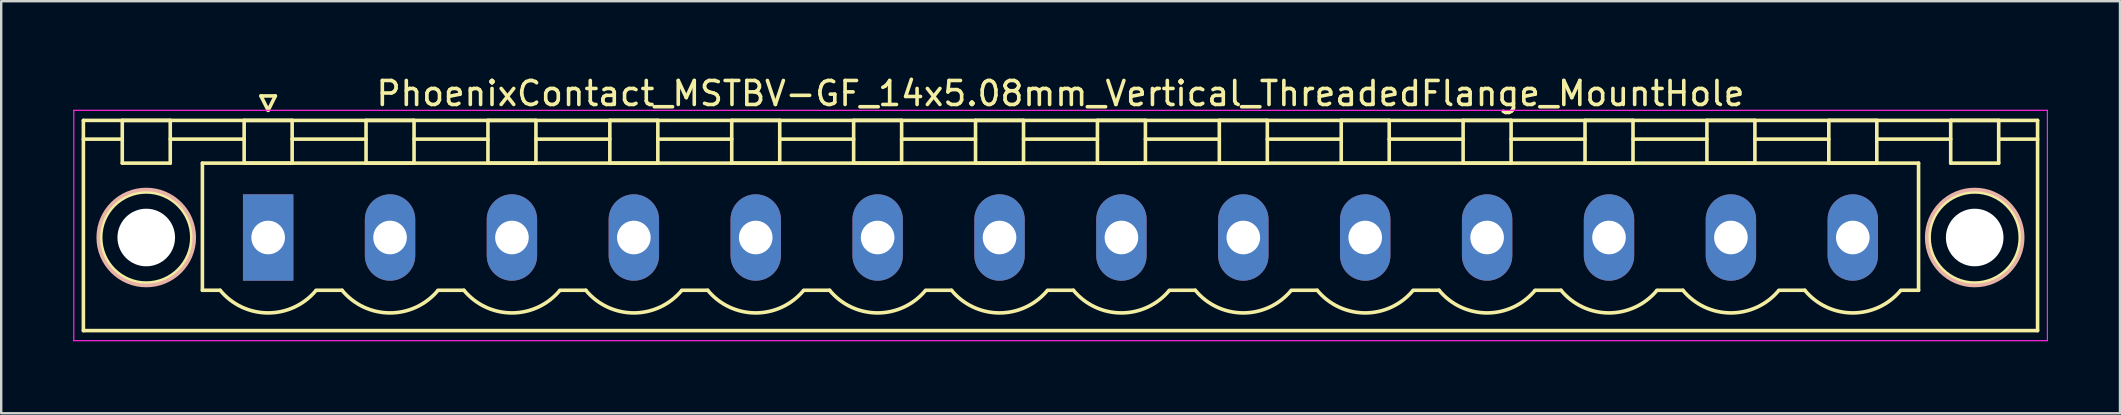
<source format=kicad_pcb>
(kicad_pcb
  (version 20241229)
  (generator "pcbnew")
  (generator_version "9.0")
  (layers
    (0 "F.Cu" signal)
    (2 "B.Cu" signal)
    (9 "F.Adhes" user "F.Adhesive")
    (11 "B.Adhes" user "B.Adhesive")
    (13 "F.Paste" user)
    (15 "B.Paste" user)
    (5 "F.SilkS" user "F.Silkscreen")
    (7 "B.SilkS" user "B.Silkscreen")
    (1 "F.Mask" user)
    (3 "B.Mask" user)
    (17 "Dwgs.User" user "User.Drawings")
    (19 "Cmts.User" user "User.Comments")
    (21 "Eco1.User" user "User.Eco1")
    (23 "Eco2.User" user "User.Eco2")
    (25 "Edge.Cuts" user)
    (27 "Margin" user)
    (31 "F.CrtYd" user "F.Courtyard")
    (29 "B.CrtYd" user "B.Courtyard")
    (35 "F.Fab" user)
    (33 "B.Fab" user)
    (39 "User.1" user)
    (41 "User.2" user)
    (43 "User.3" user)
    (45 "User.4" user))
  (footprint "PhoenixContact_MSTBV-GF_14x5.08mm_Vertical_ThreadedFlange_MountHole"
    (layer "F.Cu")
    (at 8.125 6.848)
    (property "Reference" "PhoenixContact_MSTBV-GF_14x5.08mm_Vertical_ThreadedFlange_MountHole" (at 33.02 -6 0) (layer "F.SilkS") (effects (font (size 1 1) (thickness 0.15))))
    (attr through_hole)
    (fp_line (start -7.7 -4.88) (end -7.7 3.88) (stroke (width 0.15) (type solid)) (layer "F.SilkS"))
    (fp_line (start -7.7 -4.1) (end -6.16 -4.1) (stroke (width 0.15) (type solid)) (layer "F.SilkS"))
    (fp_line (start -7.7 3.88) (end 73.74 3.88) (stroke (width 0.15) (type solid)) (layer "F.SilkS"))
    (fp_line (start -6.08 -4.88) (end -4.08 -4.88) (stroke (width 0.15) (type solid)) (layer "F.SilkS"))
    (fp_line (start -6.08 -3.1) (end -6.08 -4.88) (stroke (width 0.15) (type solid)) (layer "F.SilkS"))
    (fp_line (start -4.08 -4.88) (end -4.08 -3.1) (stroke (width 0.15) (type solid)) (layer "F.SilkS"))
    (fp_line (start -4.08 -4.1) (end -1 -4.1) (stroke (width 0.15) (type solid)) (layer "F.SilkS"))
    (fp_line (start -4.08 -3.1) (end -6.08 -3.1) (stroke (width 0.15) (type solid)) (layer "F.SilkS"))
    (fp_line (start -2.74 -3.1) (end 68.78 -3.1) (stroke (width 0.15) (type solid)) (layer "F.SilkS"))
    (fp_line (start -2.74 2.2) (end -2.74 -3.1) (stroke (width 0.15) (type solid)) (layer "F.SilkS"))
    (fp_line (start -2 2.2) (end -2.74 2.2) (stroke (width 0.15) (type solid)) (layer "F.SilkS"))
    (fp_line (start -1 -4.88) (end 1 -4.88) (stroke (width 0.15) (type solid)) (layer "F.SilkS"))
    (fp_line (start -1 -3.1) (end -1 -4.88) (stroke (width 0.15) (type solid)) (layer "F.SilkS"))
    (fp_line (start -0.3 -5.9) (end 0 -5.3) (stroke (width 0.15) (type solid)) (layer "F.SilkS"))
    (fp_line (start 0 -5.3) (end 0.3 -5.9) (stroke (width 0.15) (type solid)) (layer "F.SilkS"))
    (fp_line (start 0.3 -5.9) (end -0.3 -5.9) (stroke (width 0.15) (type solid)) (layer "F.SilkS"))
    (fp_line (start 1 -4.88) (end 1 -3.1) (stroke (width 0.15) (type solid)) (layer "F.SilkS"))
    (fp_line (start 1 -4.1) (end 4.08 -4.1) (stroke (width 0.15) (type solid)) (layer "F.SilkS"))
    (fp_line (start 1 -3.1) (end -1 -3.1) (stroke (width 0.15) (type solid)) (layer "F.SilkS"))
    (fp_line (start 2 2.2) (end 3.08 2.2) (stroke (width 0.15) (type solid)) (layer "F.SilkS"))
    (fp_line (start 4.08 -4.88) (end 6.08 -4.88) (stroke (width 0.15) (type solid)) (layer "F.SilkS"))
    (fp_line (start 4.08 -3.1) (end 4.08 -4.88) (stroke (width 0.15) (type solid)) (layer "F.SilkS"))
    (fp_line (start 6.08 -4.88) (end 6.08 -3.1) (stroke (width 0.15) (type solid)) (layer "F.SilkS"))
    (fp_line (start 6.08 -4.1) (end 9.16 -4.1) (stroke (width 0.15) (type solid)) (layer "F.SilkS"))
    (fp_line (start 6.08 -3.1) (end 4.08 -3.1) (stroke (width 0.15) (type solid)) (layer "F.SilkS"))
    (fp_line (start 7.08 2.2) (end 8.16 2.2) (stroke (width 0.15) (type solid)) (layer "F.SilkS"))
    (fp_line (start 9.16 -4.88) (end 11.16 -4.88) (stroke (width 0.15) (type solid)) (layer "F.SilkS"))
    (fp_line (start 9.16 -3.1) (end 9.16 -4.88) (stroke (width 0.15) (type solid)) (layer "F.SilkS"))
    (fp_line (start 11.16 -4.88) (end 11.16 -3.1) (stroke (width 0.15) (type solid)) (layer "F.SilkS"))
    (fp_line (start 11.16 -4.1) (end 14.24 -4.1) (stroke (width 0.15) (type solid)) (layer "F.SilkS"))
    (fp_line (start 11.16 -3.1) (end 9.16 -3.1) (stroke (width 0.15) (type solid)) (layer "F.SilkS"))
    (fp_line (start 12.16 2.2) (end 13.24 2.2) (stroke (width 0.15) (type solid)) (layer "F.SilkS"))
    (fp_line (start 14.24 -4.88) (end 16.24 -4.88) (stroke (width 0.15) (type solid)) (layer "F.SilkS"))
    (fp_line (start 14.24 -3.1) (end 14.24 -4.88) (stroke (width 0.15) (type solid)) (layer "F.SilkS"))
    (fp_line (start 16.24 -4.88) (end 16.24 -3.1) (stroke (width 0.15) (type solid)) (layer "F.SilkS"))
    (fp_line (start 16.24 -4.1) (end 19.32 -4.1) (stroke (width 0.15) (type solid)) (layer "F.SilkS"))
    (fp_line (start 16.24 -3.1) (end 14.24 -3.1) (stroke (width 0.15) (type solid)) (layer "F.SilkS"))
    (fp_line (start 17.24 2.2) (end 18.32 2.2) (stroke (width 0.15) (type solid)) (layer "F.SilkS"))
    (fp_line (start 19.32 -4.88) (end 21.32 -4.88) (stroke (width 0.15) (type solid)) (layer "F.SilkS"))
    (fp_line (start 19.32 -3.1) (end 19.32 -4.88) (stroke (width 0.15) (type solid)) (layer "F.SilkS"))
    (fp_line (start 21.32 -4.88) (end 21.32 -3.1) (stroke (width 0.15) (type solid)) (layer "F.SilkS"))
    (fp_line (start 21.32 -4.1) (end 24.4 -4.1) (stroke (width 0.15) (type solid)) (layer "F.SilkS"))
    (fp_line (start 21.32 -3.1) (end 19.32 -3.1) (stroke (width 0.15) (type solid)) (layer "F.SilkS"))
    (fp_line (start 22.32 2.2) (end 23.4 2.2) (stroke (width 0.15) (type solid)) (layer "F.SilkS"))
    (fp_line (start 24.4 -4.88) (end 26.4 -4.88) (stroke (width 0.15) (type solid)) (layer "F.SilkS"))
    (fp_line (start 24.4 -3.1) (end 24.4 -4.88) (stroke (width 0.15) (type solid)) (layer "F.SilkS"))
    (fp_line (start 26.4 -4.88) (end 26.4 -3.1) (stroke (width 0.15) (type solid)) (layer "F.SilkS"))
    (fp_line (start 26.4 -4.1) (end 29.48 -4.1) (stroke (width 0.15) (type solid)) (layer "F.SilkS"))
    (fp_line (start 26.4 -3.1) (end 24.4 -3.1) (stroke (width 0.15) (type solid)) (layer "F.SilkS"))
    (fp_line (start 27.4 2.2) (end 28.48 2.2) (stroke (width 0.15) (type solid)) (layer "F.SilkS"))
    (fp_line (start 29.48 -4.88) (end 31.48 -4.88) (stroke (width 0.15) (type solid)) (layer "F.SilkS"))
    (fp_line (start 29.48 -3.1) (end 29.48 -4.88) (stroke (width 0.15) (type solid)) (layer "F.SilkS"))
    (fp_line (start 31.48 -4.88) (end 31.48 -3.1) (stroke (width 0.15) (type solid)) (layer "F.SilkS"))
    (fp_line (start 31.48 -4.1) (end 34.56 -4.1) (stroke (width 0.15) (type solid)) (layer "F.SilkS"))
    (fp_line (start 31.48 -3.1) (end 29.48 -3.1) (stroke (width 0.15) (type solid)) (layer "F.SilkS"))
    (fp_line (start 32.48 2.2) (end 33.56 2.2) (stroke (width 0.15) (type solid)) (layer "F.SilkS"))
    (fp_line (start 34.56 -4.88) (end 36.56 -4.88) (stroke (width 0.15) (type solid)) (layer "F.SilkS"))
    (fp_line (start 34.56 -3.1) (end 34.56 -4.88) (stroke (width 0.15) (type solid)) (layer "F.SilkS"))
    (fp_line (start 36.56 -4.88) (end 36.56 -3.1) (stroke (width 0.15) (type solid)) (layer "F.SilkS"))
    (fp_line (start 36.56 -4.1) (end 39.64 -4.1) (stroke (width 0.15) (type solid)) (layer "F.SilkS"))
    (fp_line (start 36.56 -3.1) (end 34.56 -3.1) (stroke (width 0.15) (type solid)) (layer "F.SilkS"))
    (fp_line (start 37.56 2.2) (end 38.64 2.2) (stroke (width 0.15) (type solid)) (layer "F.SilkS"))
    (fp_line (start 39.64 -4.88) (end 41.64 -4.88) (stroke (width 0.15) (type solid)) (layer "F.SilkS"))
    (fp_line (start 39.64 -3.1) (end 39.64 -4.88) (stroke (width 0.15) (type solid)) (layer "F.SilkS"))
    (fp_line (start 41.64 -4.88) (end 41.64 -3.1) (stroke (width 0.15) (type solid)) (layer "F.SilkS"))
    (fp_line (start 41.64 -4.1) (end 44.72 -4.1) (stroke (width 0.15) (type solid)) (layer "F.SilkS"))
    (fp_line (start 41.64 -3.1) (end 39.64 -3.1) (stroke (width 0.15) (type solid)) (layer "F.SilkS"))
    (fp_line (start 42.64 2.2) (end 43.72 2.2) (stroke (width 0.15) (type solid)) (layer "F.SilkS"))
    (fp_line (start 44.72 -4.88) (end 46.72 -4.88) (stroke (width 0.15) (type solid)) (layer "F.SilkS"))
    (fp_line (start 44.72 -3.1) (end 44.72 -4.88) (stroke (width 0.15) (type solid)) (layer "F.SilkS"))
    (fp_line (start 46.72 -4.88) (end 46.72 -3.1) (stroke (width 0.15) (type solid)) (layer "F.SilkS"))
    (fp_line (start 46.72 -4.1) (end 49.8 -4.1) (stroke (width 0.15) (type solid)) (layer "F.SilkS"))
    (fp_line (start 46.72 -3.1) (end 44.72 -3.1) (stroke (width 0.15) (type solid)) (layer "F.SilkS"))
    (fp_line (start 47.72 2.2) (end 48.8 2.2) (stroke (width 0.15) (type solid)) (layer "F.SilkS"))
    (fp_line (start 49.8 -4.88) (end 51.8 -4.88) (stroke (width 0.15) (type solid)) (layer "F.SilkS"))
    (fp_line (start 49.8 -3.1) (end 49.8 -4.88) (stroke (width 0.15) (type solid)) (layer "F.SilkS"))
    (fp_line (start 51.8 -4.88) (end 51.8 -3.1) (stroke (width 0.15) (type solid)) (layer "F.SilkS"))
    (fp_line (start 51.8 -4.1) (end 54.88 -4.1) (stroke (width 0.15) (type solid)) (layer "F.SilkS"))
    (fp_line (start 51.8 -3.1) (end 49.8 -3.1) (stroke (width 0.15) (type solid)) (layer "F.SilkS"))
    (fp_line (start 52.8 2.2) (end 53.88 2.2) (stroke (width 0.15) (type solid)) (layer "F.SilkS"))
    (fp_line (start 54.88 -4.88) (end 56.88 -4.88) (stroke (width 0.15) (type solid)) (layer "F.SilkS"))
    (fp_line (start 54.88 -3.1) (end 54.88 -4.88) (stroke (width 0.15) (type solid)) (layer "F.SilkS"))
    (fp_line (start 56.88 -4.88) (end 56.88 -3.1) (stroke (width 0.15) (type solid)) (layer "F.SilkS"))
    (fp_line (start 56.88 -4.1) (end 59.96 -4.1) (stroke (width 0.15) (type solid)) (layer "F.SilkS"))
    (fp_line (start 56.88 -3.1) (end 54.88 -3.1) (stroke (width 0.15) (type solid)) (layer "F.SilkS"))
    (fp_line (start 57.88 2.2) (end 58.96 2.2) (stroke (width 0.15) (type solid)) (layer "F.SilkS"))
    (fp_line (start 59.96 -4.88) (end 61.96 -4.88) (stroke (width 0.15) (type solid)) (layer "F.SilkS"))
    (fp_line (start 59.96 -3.1) (end 59.96 -4.88) (stroke (width 0.15) (type solid)) (layer "F.SilkS"))
    (fp_line (start 61.96 -4.88) (end 61.96 -3.1) (stroke (width 0.15) (type solid)) (layer "F.SilkS"))
    (fp_line (start 61.96 -4.1) (end 65.04 -4.1) (stroke (width 0.15) (type solid)) (layer "F.SilkS"))
    (fp_line (start 61.96 -3.1) (end 59.96 -3.1) (stroke (width 0.15) (type solid)) (layer "F.SilkS"))
    (fp_line (start 62.96 2.2) (end 64.04 2.2) (stroke (width 0.15) (type solid)) (layer "F.SilkS"))
    (fp_line (start 65.04 -4.88) (end 67.04 -4.88) (stroke (width 0.15) (type solid)) (layer "F.SilkS"))
    (fp_line (start 65.04 -3.1) (end 65.04 -4.88) (stroke (width 0.15) (type solid)) (layer "F.SilkS"))
    (fp_line (start 67.04 -4.88) (end 67.04 -3.1) (stroke (width 0.15) (type solid)) (layer "F.SilkS"))
    (fp_line (start 67.04 -4.1) (end 70.12 -4.1) (stroke (width 0.15) (type solid)) (layer "F.SilkS"))
    (fp_line (start 67.04 -3.1) (end 65.04 -3.1) (stroke (width 0.15) (type solid)) (layer "F.SilkS"))
    (fp_line (start 68.78 -3.1) (end 68.78 2.2) (stroke (width 0.15) (type solid)) (layer "F.SilkS"))
    (fp_line (start 68.78 2.2) (end 68.04 2.2) (stroke (width 0.15) (type solid)) (layer "F.SilkS"))
    (fp_line (start 70.12 -4.88) (end 72.12 -4.88) (stroke (width 0.15) (type solid)) (layer "F.SilkS"))
    (fp_line (start 70.12 -3.1) (end 70.12 -4.88) (stroke (width 0.15) (type solid)) (layer "F.SilkS"))
    (fp_line (start 72.12 -4.88) (end 72.12 -3.1) (stroke (width 0.15) (type solid)) (layer "F.SilkS"))
    (fp_line (start 72.12 -3.1) (end 70.12 -3.1) (stroke (width 0.15) (type solid)) (layer "F.SilkS"))
    (fp_line (start 73.74 -4.88) (end -7.7 -4.88) (stroke (width 0.15) (type solid)) (layer "F.SilkS"))
    (fp_line (start 73.74 -4.1) (end 72.2 -4.1) (stroke (width 0.15) (type solid)) (layer "F.SilkS"))
    (fp_line (start 73.74 3.88) (end 73.74 -4.88) (stroke (width 0.15) (type solid)) (layer "F.SilkS"))
    (fp_arc (start 1.986842 2.215821) (mid -0.010289 3.142758) (end -2 2.2) (stroke (width 0.15) (type solid)) (layer "F.SilkS"))
    (fp_arc (start 7.066842 2.215821) (mid 5.069711 3.142758) (end 3.08 2.2) (stroke (width 0.15) (type solid)) (layer "F.SilkS"))
    (fp_arc (start 12.146842 2.215821) (mid 10.149711 3.142758) (end 8.16 2.2) (stroke (width 0.15) (type solid)) (layer "F.SilkS"))
    (fp_arc (start 17.226842 2.215821) (mid 15.229711 3.142758) (end 13.24 2.2) (stroke (width 0.15) (type solid)) (layer "F.SilkS"))
    (fp_arc (start 22.306842 2.215821) (mid 20.309711 3.142758) (end 18.32 2.2) (stroke (width 0.15) (type solid)) (layer "F.SilkS"))
    (fp_arc (start 27.386842 2.215821) (mid 25.389711 3.142758) (end 23.4 2.2) (stroke (width 0.15) (type solid)) (layer "F.SilkS"))
    (fp_arc (start 32.466842 2.215821) (mid 30.469711 3.142758) (end 28.48 2.2) (stroke (width 0.15) (type solid)) (layer "F.SilkS"))
    (fp_arc (start 37.546842 2.215821) (mid 35.549711 3.142758) (end 33.56 2.2) (stroke (width 0.15) (type solid)) (layer "F.SilkS"))
    (fp_arc (start 42.626842 2.215821) (mid 40.629711 3.142758) (end 38.64 2.2) (stroke (width 0.15) (type solid)) (layer "F.SilkS"))
    (fp_arc (start 47.706842 2.215821) (mid 45.709711 3.142758) (end 43.72 2.2) (stroke (width 0.15) (type solid)) (layer "F.SilkS"))
    (fp_arc (start 52.786842 2.215821) (mid 50.789711 3.142758) (end 48.8 2.2) (stroke (width 0.15) (type solid)) (layer "F.SilkS"))
    (fp_arc (start 57.866842 2.215821) (mid 55.869711 3.142758) (end 53.88 2.2) (stroke (width 0.15) (type solid)) (layer "F.SilkS"))
    (fp_arc (start 62.946842 2.215821) (mid 60.949711 3.142758) (end 58.96 2.2) (stroke (width 0.15) (type solid)) (layer "F.SilkS"))
    (fp_arc (start 68.026842 2.215821) (mid 66.029711 3.142758) (end 64.04 2.2) (stroke (width 0.15) (type solid)) (layer "F.SilkS"))
    (fp_circle (center -5.08 0) (end -3.18 0) (stroke (width 0.15) (type solid)) (fill no) (layer "F.SilkS"))
    (fp_circle (center 71.12 0) (end 73.02 0) (stroke (width 0.15) (type solid)) (fill no) (layer "F.SilkS"))
    (fp_circle (center -5.08 0) (end -3.08 0) (stroke (width 0.15) (type solid)) (fill no) (layer "B.SilkS"))
    (fp_circle (center 71.12 0) (end 73.12 0) (stroke (width 0.15) (type solid)) (fill no) (layer "B.SilkS"))
    (fp_line (start -8.1 -5.3) (end -8.1 4.3) (stroke (width 0.05) (type solid)) (layer "F.CrtYd"))
    (fp_line (start -8.1 4.3) (end 74.15 4.3) (stroke (width 0.05) (type solid)) (layer "F.CrtYd"))
    (fp_line (start 74.15 -5.3) (end -8.1 -5.3) (stroke (width 0.05) (type solid)) (layer "F.CrtYd"))
    (fp_line (start 74.15 4.3) (end 74.15 -5.3) (stroke (width 0.05) (type solid)) (layer "F.CrtYd"))
    (pad "" np_thru_hole circle (at -5.08 0) (size 2.4 2.4) (drill 2.4) (layers "*.Cu" "*.Mask"))
    (pad "" np_thru_hole circle (at 71.12 0) (size 2.4 2.4) (drill 2.4) (layers "*.Cu" "*.Mask"))
    (pad "1" thru_hole rect (at 0 0) (size 2.1 3.6) (drill 1.4) (layers "*.Cu" "*.Mask"))
    (pad "2" thru_hole oval (at 5.08 0) (size 2.1 3.6) (drill 1.4) (layers "*.Cu" "*.Mask"))
    (pad "3" thru_hole oval (at 10.16 0) (size 2.1 3.6) (drill 1.4) (layers "*.Cu" "*.Mask"))
    (pad "4" thru_hole oval (at 15.24 0) (size 2.1 3.6) (drill 1.4) (layers "*.Cu" "*.Mask"))
    (pad "5" thru_hole oval (at 20.32 0) (size 2.1 3.6) (drill 1.4) (layers "*.Cu" "*.Mask"))
    (pad "6" thru_hole oval (at 25.4 0) (size 2.1 3.6) (drill 1.4) (layers "*.Cu" "*.Mask"))
    (pad "7" thru_hole oval (at 30.48 0) (size 2.1 3.6) (drill 1.4) (layers "*.Cu" "*.Mask"))
    (pad "8" thru_hole oval (at 35.56 0) (size 2.1 3.6) (drill 1.4) (layers "*.Cu" "*.Mask"))
    (pad "9" thru_hole oval (at 40.64 0) (size 2.1 3.6) (drill 1.4) (layers "*.Cu" "*.Mask"))
    (pad "10" thru_hole oval (at 45.72 0) (size 2.1 3.6) (drill 1.4) (layers "*.Cu" "*.Mask"))
    (pad "11" thru_hole oval (at 50.8 0) (size 2.1 3.6) (drill 1.4) (layers "*.Cu" "*.Mask"))
    (pad "12" thru_hole oval (at 55.88 0) (size 2.1 3.6) (drill 1.4) (layers "*.Cu" "*.Mask"))
    (pad "13" thru_hole oval (at 60.96 0) (size 2.1 3.6) (drill 1.4) (layers "*.Cu" "*.Mask"))
    (pad "14" thru_hole oval (at 66.04 0) (size 2.1 3.6) (drill 1.4) (layers "*.Cu" "*.Mask")))
  (gr_rect
    (start -3 -3)
    (end 85.3 14.173)
    (stroke (width 0.1) (type default))
    (fill no)
    (layer "Edge.Cuts")))
</source>
